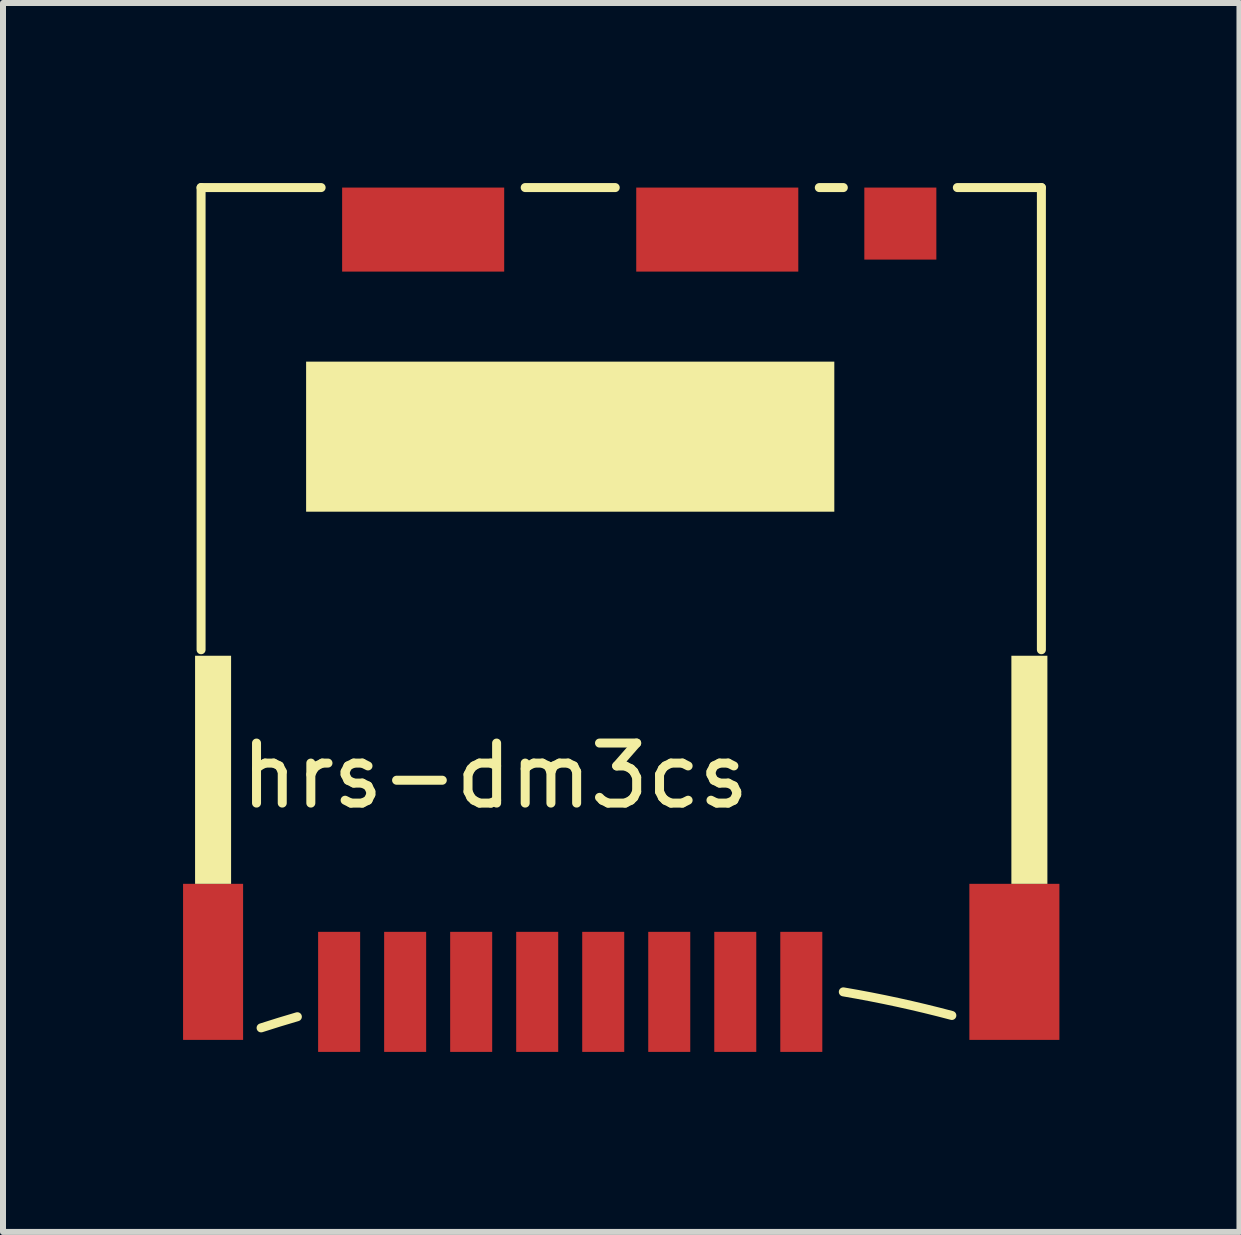
<source format=kicad_pcb>
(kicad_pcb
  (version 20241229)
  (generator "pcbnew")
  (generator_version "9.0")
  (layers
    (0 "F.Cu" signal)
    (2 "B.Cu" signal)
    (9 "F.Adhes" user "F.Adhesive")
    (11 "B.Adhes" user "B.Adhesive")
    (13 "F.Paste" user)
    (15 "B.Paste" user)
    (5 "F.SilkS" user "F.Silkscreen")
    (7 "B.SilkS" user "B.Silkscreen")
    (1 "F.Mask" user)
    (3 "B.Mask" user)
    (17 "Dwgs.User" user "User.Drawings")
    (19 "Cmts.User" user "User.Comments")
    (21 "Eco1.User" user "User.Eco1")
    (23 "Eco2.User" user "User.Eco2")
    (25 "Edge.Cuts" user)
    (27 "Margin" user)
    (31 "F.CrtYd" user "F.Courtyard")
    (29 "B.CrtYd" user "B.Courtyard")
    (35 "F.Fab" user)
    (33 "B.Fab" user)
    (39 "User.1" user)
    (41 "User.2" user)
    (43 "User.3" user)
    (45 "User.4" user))
  (footprint "hrs-dm3cs"
    (layer "F.Cu")
    (at 10.3 13.475)
    (property "Reference" "hrs-dm3cs" (at -5.1 -3.6 0) (layer "F.SilkS") (effects (font (size 1 1) (thickness 0.15))))
    (attr through_hole)
    (fp_line (start -10 -13.4) (end -8 -13.4) (stroke (width 0.15) (type solid)) (layer "F.SilkS"))
    (fp_line (start -10 -5.7) (end -10 -13.4) (stroke (width 0.15) (type solid)) (layer "F.SilkS"))
    (fp_line (start -4.6 -13.4) (end -3.1 -13.4) (stroke (width 0.15) (type solid)) (layer "F.SilkS"))
    (fp_line (start 0.3 -13.4) (end 0.7 -13.4) (stroke (width 0.15) (type solid)) (layer "F.SilkS"))
    (fp_line (start 4 -13.4) (end 2.6 -13.4) (stroke (width 0.15) (type solid)) (layer "F.SilkS"))
    (fp_line (start 4 -5.7) (end 4 -13.4) (stroke (width 0.15) (type solid)) (layer "F.SilkS"))
    (fp_arc (start -9 0.6) (mid -8.698667 0.504719) (end -8.395894 0.414118) (stroke (width 0.15) (type solid)) (layer "F.SilkS"))
    (fp_arc (start 0.7 0) (mid 1.608541 0.175861) (end 2.508117 0.392973) (stroke (width 0.15) (type solid)) (layer "F.SilkS"))
    (pad "" smd rect (at -9.8 -3.7) (size 0.6 3.8) (layers "F.SilkS"))
    (pad "" smd rect (at -9.8 -0.5) (size 1 2.6) (layers "F.Cu" "F.Mask" "F.Paste"))
    (pad "" smd rect (at -6.3 -12.7) (size 2.7 1.4) (layers "F.Cu" "F.Mask" "F.Paste"))
    (pad "" smd rect (at -3.85 -9.25) (size 8.8 2.5) (layers "F.SilkS"))
    (pad "" smd rect (at -1.4 -12.7) (size 2.7 1.4) (layers "F.Cu" "F.Mask" "F.Paste"))
    (pad "" smd rect (at 1.65 -12.8) (size 1.2 1.2) (layers "F.Cu" "F.Mask" "F.Paste"))
    (pad "" smd rect (at 3.55 -0.5) (size 1.5 2.6) (layers "F.Cu" "F.Mask" "F.Paste"))
    (pad "" smd rect (at 3.8 -3.7) (size 0.6 3.8) (layers "F.SilkS"))
    (pad "1" smd rect (at 0 0) (size 0.7 2) (layers "F.Cu" "F.Mask" "F.Paste"))
    (pad "2" smd rect (at -1.1 0) (size 0.7 2) (layers "F.Cu" "F.Mask" "F.Paste"))
    (pad "3" smd rect (at -2.2 0) (size 0.7 2) (layers "F.Cu" "F.Mask" "F.Paste"))
    (pad "4" smd rect (at -3.3 0) (size 0.7 2) (layers "F.Cu" "F.Mask" "F.Paste"))
    (pad "5" smd rect (at -4.4 0) (size 0.7 2) (layers "F.Cu" "F.Mask" "F.Paste"))
    (pad "6" smd rect (at -5.5 0) (size 0.7 2) (layers "F.Cu" "F.Mask" "F.Paste"))
    (pad "7" smd rect (at -6.6 0) (size 0.7 2) (layers "F.Cu" "F.Mask" "F.Paste"))
    (pad "8" smd rect (at -7.7 0) (size 0.7 2) (layers "F.Cu" "F.Mask" "F.Paste")))
  (gr_rect
    (start -3 -3)
    (end 17.6 17.475)
    (stroke (width 0.1) (type default))
    (fill no)
    (layer "Edge.Cuts")))
</source>
